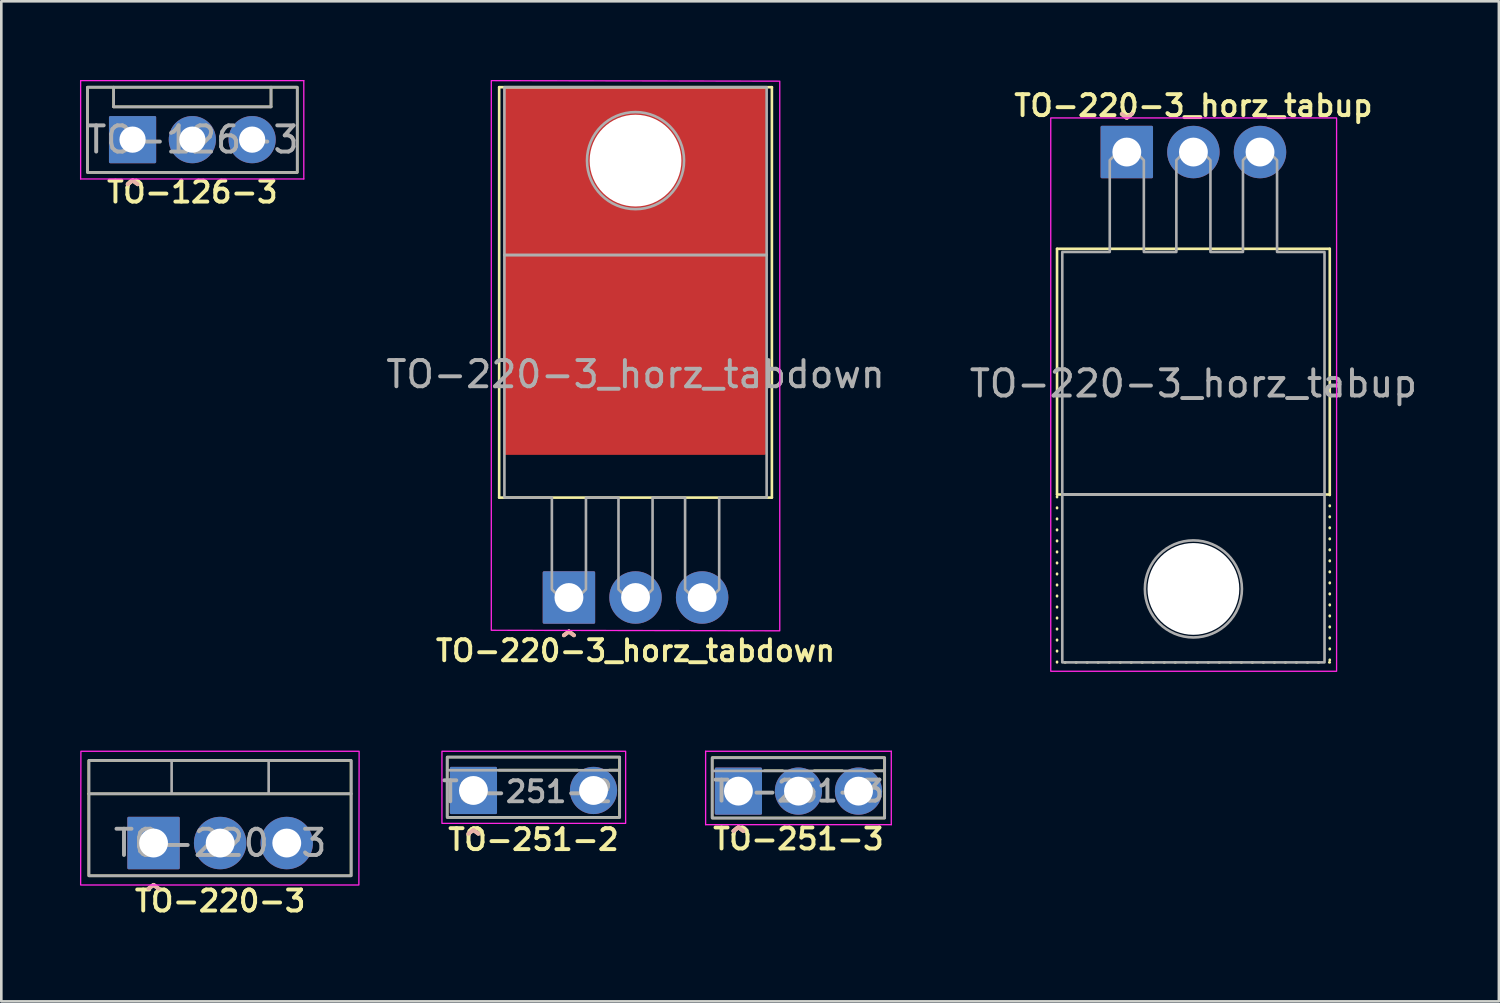
<source format=kicad_pcb>
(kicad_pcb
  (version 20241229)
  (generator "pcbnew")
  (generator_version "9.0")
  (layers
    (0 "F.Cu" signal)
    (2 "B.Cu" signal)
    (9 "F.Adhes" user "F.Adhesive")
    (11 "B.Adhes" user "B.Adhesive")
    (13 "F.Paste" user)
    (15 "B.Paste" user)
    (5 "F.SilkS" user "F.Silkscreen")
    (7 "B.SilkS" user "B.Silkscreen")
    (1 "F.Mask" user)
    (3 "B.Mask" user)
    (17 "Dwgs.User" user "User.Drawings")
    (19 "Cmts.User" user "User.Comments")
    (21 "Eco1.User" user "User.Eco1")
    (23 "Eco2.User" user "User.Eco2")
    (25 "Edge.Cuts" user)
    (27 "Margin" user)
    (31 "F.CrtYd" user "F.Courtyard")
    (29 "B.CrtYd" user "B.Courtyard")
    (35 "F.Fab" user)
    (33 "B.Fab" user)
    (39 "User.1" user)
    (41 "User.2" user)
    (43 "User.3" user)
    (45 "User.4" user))
  (footprint "TO-126-3"
    (layer "F.Cu")
    (at 4.285 2.275)
    (property "Reference" "TO-126-3" (at 0 2 0) (layer "F.SilkS") (effects (font (size 0.8 0.8) (thickness 0.15))))
    (attr through_hole)
    (fp_line (start -3 -2) (end -3 -1.25) (stroke (width 0.1) (type default)) (layer "F.SilkS"))
    (fp_line (start 3 -2) (end 3 -1.25) (stroke (width 0.1) (type default)) (layer "F.SilkS"))
    (fp_line (start 3 -1.25) (end -3 -1.25) (stroke (width 0.1) (type default)) (layer "F.SilkS"))
    (fp_rect (start -4 -2) (end 4 1.25) (stroke (width 0.1) (type default)) (fill no) (layer "F.SilkS"))
    (fp_line (start -4.26 -2.25) (end -4.26 1.5) (stroke (width 0.05) (type solid)) (layer "F.CrtYd"))
    (fp_line (start -4.26 1.5) (end 4.25 1.5) (stroke (width 0.05) (type solid)) (layer "F.CrtYd"))
    (fp_line (start 4.25 -2.25) (end -4.26 -2.25) (stroke (width 0.05) (type solid)) (layer "F.CrtYd"))
    (fp_line (start 4.25 1.5) (end 4.25 -2.25) (stroke (width 0.05) (type solid)) (layer "F.CrtYd"))
    (fp_line (start -3 -2) (end -3 -1.25) (stroke (width 0.1) (type default)) (layer "F.Fab"))
    (fp_line (start -3 -1.25) (end 3 -1.25) (stroke (width 0.1) (type default)) (layer "F.Fab"))
    (fp_line (start 3 -1.25) (end 3 -2) (stroke (width 0.1) (type default)) (layer "F.Fab"))
    (fp_poly (pts (xy 4 -2) (xy 4 1.25) (xy -4 1.25) (xy -4 -2)) (stroke (width 0.1) (type solid)) (fill no) (layer "F.Fab"))
    (fp_text user "^" (at -2.275 2.15 0) (unlocked yes) (layer "F.SilkS") (effects (font (size 1 1) (thickness 0.15))))
    (fp_text user "^" (at -2.275 2.15 0) (unlocked yes) (layer "B.SilkS") (effects (font (size 1 1) (thickness 0.15)) (justify mirror)))
    (fp_text user "${REFERENCE}" (at 0 0 0) (layer "F.Fab") (effects (font (size 1 1) (thickness 0.15))))
    (pad "1" thru_hole roundrect (at -2.28 0) (size 1.8 1.8) (drill 1) (layers "*.Cu" "*.Mask") (remove_unused_layers yes) (keep_end_layers yes) (zone_layer_connections) (roundrect_rratio 0.028))
    (pad "2" thru_hole circle (at 0 0) (size 1.8 1.8) (drill 1) (layers "*.Cu" "*.Mask") (remove_unused_layers yes) (keep_end_layers yes) (zone_layer_connections))
    (pad "3" thru_hole circle (at 2.28 0) (size 1.8 1.8) (drill 1) (layers "*.Cu" "*.Mask") (remove_unused_layers yes) (keep_end_layers yes) (zone_layer_connections)))
  (footprint "TO-220-3"
    (layer "F.Cu")
    (at 5.335 29.098)
    (property "Reference" "TO-220-3" (at 0.01 2.21 0) (layer "F.SilkS") (effects (font (size 0.8 0.8) (thickness 0.15))))
    (attr through_hole)
    (fp_line (start -5 -1.875) (end 5 -1.875) (stroke (width 0.1) (type default)) (layer "F.SilkS"))
    (fp_rect (start -5 -3.15) (end 5 1.25) (stroke (width 0.1) (type default)) (fill no) (layer "F.SilkS"))
    (fp_poly (pts (xy -5.31 1.6) (xy -5.3 -3.5) (xy 5.31 -3.5) (xy 5.3 1.6)) (stroke (width 0.05) (type solid)) (fill no) (layer "F.CrtYd"))
    (fp_line (start -4.99 -1.88) (end 5.01 -1.88) (stroke (width 0.1) (type solid)) (layer "F.Fab"))
    (fp_line (start -1.84 -3.15) (end -1.84 -1.88) (stroke (width 0.1) (type solid)) (layer "F.Fab"))
    (fp_line (start 1.86 -3.15) (end 1.86 -1.88) (stroke (width 0.1) (type solid)) (layer "F.Fab"))
    (fp_poly (pts (xy -4.99 1.25) (xy -4.99 -3.15) (xy 5.01 -3.15) (xy 5.01 1.25)) (stroke (width 0.1) (type solid)) (fill no) (layer "F.Fab"))
    (fp_text user "^" (at -2.53 2.19 0) (unlocked yes) (layer "F.SilkS") (effects (font (size 1 1) (thickness 0.15))))
    (fp_text user "^" (at -2.53 2.19 0) (unlocked yes) (layer "B.SilkS") (effects (font (size 1 1) (thickness 0.15)) (justify mirror)))
    (fp_text user "${REFERENCE}" (at 0.01 0 0) (layer "F.Fab") (effects (font (size 1 1) (thickness 0.15))))
    (pad "1" thru_hole roundrect (at -2.53 0) (size 2 2) (drill 1.1) (layers "*.Cu" "*.Mask") (remove_unused_layers yes) (keep_end_layers yes) (zone_layer_connections) (roundrect_rratio 0.025))
    (pad "2" thru_hole circle (at 0.01 0) (size 2 2) (drill 1.1) (layers "*.Cu" "*.Mask") (remove_unused_layers yes) (keep_end_layers yes) (zone_layer_connections))
    (pad "3" thru_hole circle (at 2.55 0) (size 2 2) (drill 1.1) (layers "*.Cu" "*.Mask") (remove_unused_layers yes) (keep_end_layers yes) (zone_layer_connections)))
  (footprint "TO-220-3_horz_tabdown"
    (layer "F.Cu")
    (at 21.185 19.735)
    (property "Reference" "TO-220-3_horz_tabdown" (at 0 2.03 0) (layer "F.SilkS") (effects (font (size 0.8 0.8) (thickness 0.15))))
    (attr through_hole)
    (fp_line (start -5.2 -19.46) (end -5.2 -3.81) (stroke (width 0.1) (type default)) (layer "F.SilkS"))
    (fp_line (start -5.2 -3.81) (end 5.2 -3.81) (stroke (width 0.1) (type default)) (layer "F.SilkS"))
    (fp_line (start 5.2 -19.46) (end -5.2 -19.46) (stroke (width 0.1) (type default)) (layer "F.SilkS"))
    (fp_line (start 5.2 -3.81) (end 5.2 -19.46) (stroke (width 0.1) (type default)) (layer "F.SilkS"))
    (fp_poly (pts (xy -5.5 1.25) (xy -5.5 -19.71) (xy 5.5 -19.69) (xy 5.5 1.27)) (stroke (width 0.05) (type solid)) (fill no) (layer "F.CrtYd"))
    (fp_line (start -5 -13.06) (end 5 -13.06) (stroke (width 0.1) (type solid)) (layer "F.Fab"))
    (fp_line (start 5 -13.06) (end -5 -13.06) (stroke (width 0.1) (type solid)) (layer "F.Fab"))
    (fp_circle (center 0 -16.66) (end 1.85 -16.66) (stroke (width 0.1) (type solid)) (fill no) (layer "F.Fab"))
    (fp_poly (pts (xy -0.65 -3.81) (xy -1.89 -3.81) (xy -1.89 -0.31) (xy -2.14 -0.06) (xy -2.14 0.14) (xy -2.94 0.14) (xy -2.94 -0.06) (xy -3.19 -0.31) (xy -3.19 -3.81) (xy -5 -3.81) (xy -5 -13.06) (xy -5 -19.46) (xy 5 -19.46) (xy 5 -13.06) (xy 5 -3.81) (xy 3.19 -3.81) (xy 3.19 -0.31) (xy 2.94 -0.06) (xy 2.94 0.14) (xy 2.14 0.14) (xy 2.14 -0.06) (xy 1.89 -0.31) (xy 1.89 -3.81) (xy 0.65 -3.81) (xy 0.65 -0.31) (xy 0.4 -0.06) (xy 0.4 0.14) (xy -0.4 0.14) (xy -0.4 -0.06) (xy -0.65 -0.31)) (stroke (width 0.1) (type solid)) (fill no) (layer "F.Fab"))
    (fp_text user "^" (at -2.54 1.89 0) (unlocked yes) (layer "F.SilkS") (effects (font (size 1 1) (thickness 0.15))))
    (fp_text user "^" (at -2.54 1.89 0) (unlocked yes) (layer "B.SilkS") (effects (font (size 1 1) (thickness 0.15)) (justify mirror)))
    (fp_text user "${REFERENCE}" (at 0 -8.51 0) (layer "F.Fab") (effects (font (size 1 1) (thickness 0.15))))
    (pad "" np_thru_hole oval (at 0 -16.66) (size 3.5 3.5) (drill 3.5) (layers "*.Cu" "*.Mask"))
    (pad "1" thru_hole roundrect (at -2.54 0) (size 2 2) (drill 1.1) (layers "*.Cu" "*.Mask") (remove_unused_layers yes) (keep_end_layers yes) (zone_layer_connections) (roundrect_rratio 0.025))
    (pad "2" thru_hole circle (at 0 0) (size 2 2) (drill 1.1) (layers "*.Cu" "*.Mask") (remove_unused_layers yes) (keep_end_layers yes) (zone_layer_connections))
    (pad "3" thru_hole circle (at 2.54 0) (size 2 2) (drill 1.1) (layers "*.Cu" "*.Mask") (remove_unused_layers yes) (keep_end_layers yes) (zone_layer_connections))
    (pad "4" smd roundrect (at -0.03 -12.44) (size 10 14) (layers "F.Cu" "F.Mask" "F.Paste") (roundrect_rratio 0.005)))
  (footprint "TO-251-3"
    (layer "F.Cu")
    (at 27.398 27.118)
    (property "Reference" "TO-251-3" (at 0 1.825 0) (layer "F.SilkS") (effects (font (size 0.8 0.8) (thickness 0.15))))
    (attr through_hole)
    (fp_line (start -0.6 -0.775) (end -1.3 -0.775) (stroke (width 0.1) (type default)) (layer "F.SilkS"))
    (fp_line (start 1.675 -0.775) (end 0.6 -0.775) (stroke (width 0.1) (type default)) (layer "F.SilkS"))
    (fp_line (start 3.285 -0.775) (end 2.9 -0.775) (stroke (width 0.1) (type default)) (layer "F.SilkS"))
    (fp_rect (start -3.29 -1.275) (end 3.285 1.025) (stroke (width 0.1) (type default)) (fill no) (layer "F.SilkS"))
    (fp_line (start -3.54 -1.52) (end -3.54 1.28) (stroke (width 0.05) (type solid)) (layer "F.CrtYd"))
    (fp_line (start -3.54 1.28) (end 3.54 1.28) (stroke (width 0.05) (type solid)) (layer "F.CrtYd"))
    (fp_line (start 3.54 -1.52) (end -3.54 -1.52) (stroke (width 0.05) (type solid)) (layer "F.CrtYd"))
    (fp_line (start 3.54 1.28) (end 3.54 -1.52) (stroke (width 0.05) (type solid)) (layer "F.CrtYd"))
    (fp_line (start -3.29 -0.77) (end 3.29 -0.77) (stroke (width 0.1) (type solid)) (layer "F.Fab"))
    (fp_poly (pts (xy 3.29 1.03) (xy -3.29 1.03) (xy -3.29 -1.27) (xy 3.29 -1.27)) (stroke (width 0.1) (type solid)) (fill no) (layer "F.Fab"))
    (fp_text user "^" (at -2.29 1.975 0) (unlocked yes) (layer "F.SilkS") (effects (font (size 1 1) (thickness 0.15))))
    (fp_text user "^" (at -2.29 1.975 0) (unlocked yes) (layer "B.SilkS") (effects (font (size 1 1) (thickness 0.15)) (justify mirror)))
    (fp_text user "${REFERENCE}" (at 0 0 0) (layer "F.Fab") (effects (font (size 0.8 0.8) (thickness 0.15))))
    (pad "1" thru_hole roundrect (at -2.29 0) (size 1.8 1.8) (drill 1.1) (layers "*.Cu" "*.Mask") (remove_unused_layers yes) (keep_end_layers yes) (zone_layer_connections) (roundrect_rratio 0.028))
    (pad "2" thru_hole circle (at 0 0) (size 1.8 1.8) (drill 1.1) (layers "*.Cu" "*.Mask") (remove_unused_layers yes) (keep_end_layers yes) (zone_layer_connections))
    (pad "3" thru_hole circle (at 2.29 0) (size 1.8 1.8) (drill 1.1) (layers "*.Cu" "*.Mask") (remove_unused_layers yes) (keep_end_layers yes) (zone_layer_connections)))
  (footprint "TO-251-2"
    (layer "F.Cu")
    (at 17.303 27.098)
    (property "Reference" "TO-251-2" (at -0.01 1.87 0) (layer "F.SilkS") (effects (font (size 0.8 0.8) (thickness 0.15))))
    (attr through_hole)
    (fp_line (start -1.325 -0.78) (end 1.675 -0.78) (stroke (width 0.1) (type default)) (layer "F.SilkS"))
    (fp_line (start 3.275 -0.78) (end 2.875 -0.78) (stroke (width 0.1) (type default)) (layer "F.SilkS"))
    (fp_rect (start -3.3 -1.28) (end 3.275 1.02) (stroke (width 0.1) (type default)) (fill no) (layer "F.SilkS"))
    (fp_poly (pts (xy 3.505 -1.5) (xy 3.505 1.25) (xy -3.5 1.25) (xy -3.5 -1.5)) (stroke (width 0.05) (type solid)) (fill no) (layer "F.CrtYd"))
    (fp_line (start -3.3 -0.775) (end 3.28 -0.775) (stroke (width 0.1) (type solid)) (layer "F.Fab"))
    (fp_poly (pts (xy -3.3 1.025) (xy -3.3 -1.275) (xy 3.28 -1.275) (xy 3.28 1.025)) (stroke (width 0.1) (type solid)) (fill no) (layer "F.Fab"))
    (fp_text user "^" (at -2.3 2.095 0) (unlocked yes) (layer "F.SilkS") (effects (font (size 1 1) (thickness 0.15))))
    (fp_text user "^" (at -2.3 2.095 0) (unlocked yes) (layer "B.SilkS") (effects (font (size 1 1) (thickness 0.15)) (justify mirror)))
    (fp_text user "${REFERENCE}" (at -0.25 0.045 0) (layer "F.Fab") (effects (font (size 0.8 0.8) (thickness 0.15))))
    (pad "1" thru_hole roundrect (at -2.3 -0.005) (size 1.8 1.8) (drill 1.1) (layers "*.Cu" "*.Mask") (remove_unused_layers yes) (keep_end_layers yes) (zone_layer_connections) (roundrect_rratio 0.028))
    (pad "2" thru_hole circle (at 2.28 -0.005) (size 1.8 1.8) (drill 1.1) (layers "*.Cu" "*.Mask") (remove_unused_layers yes) (keep_end_layers yes) (zone_layer_connections)))
  (footprint "TO-220-3_horz_tabup"
    (layer "F.Cu")
    (at 42.459 2.748)
    (property "Reference" "TO-220-3_horz_tabup" (at 0 -1.77 0) (layer "F.SilkS") (effects (font (size 0.8 0.8) (thickness 0.15))))
    (attr through_hole)
    (fp_line (start -5.2 3.69) (end -5.2 13.06) (stroke (width 0.1) (type default)) (layer "F.SilkS"))
    (fp_line (start -5.2 13.06) (end 5.2 13.06) (stroke (width 0.1) (type default)) (layer "F.SilkS"))
    (fp_line (start -5.2 19.46) (end -5.2 13.06) (stroke (width 0.1) (type dot)) (layer "F.SilkS"))
    (fp_line (start 5.2 3.69) (end -5.2 3.69) (stroke (width 0.1) (type default)) (layer "F.SilkS"))
    (fp_line (start 5.2 13.06) (end 5.2 3.69) (stroke (width 0.1) (type default)) (layer "F.SilkS"))
    (fp_line (start 5.2 13.06) (end 5.2 19.46) (stroke (width 0.1) (type dot)) (layer "F.SilkS"))
    (fp_line (start 5.2 19.46) (end -5.2 19.46) (stroke (width 0.1) (type dot)) (layer "F.SilkS"))
    (fp_rect (start -5.44 -1.3) (end 5.46 19.8) (stroke (width 0.05) (type default)) (fill no) (layer "F.CrtYd"))
    (fp_line (start -5 13.06) (end 5 13.06) (stroke (width 0.1) (type solid)) (layer "F.Fab"))
    (fp_line (start 5 13.06) (end -5 13.06) (stroke (width 0.1) (type solid)) (layer "F.Fab"))
    (fp_circle (center 0 16.66) (end 1.85 16.66) (stroke (width 0.1) (type solid)) (fill no) (layer "F.Fab"))
    (fp_poly (pts (xy 0.65 3.81) (xy 1.89 3.81) (xy 1.89 0.31) (xy 2.14 0.06) (xy 2.14 -0.14) (xy 2.94 -0.14) (xy 2.94 0.06) (xy 3.19 0.31) (xy 3.19 3.81) (xy 5 3.81) (xy 5 13.06) (xy 5 19.46) (xy -5 19.46) (xy -5 13.06) (xy -5 3.81) (xy -3.19 3.81) (xy -3.19 0.31) (xy -2.94 0.06) (xy -2.94 -0.14) (xy -2.14 -0.14) (xy -2.14 0.06) (xy -1.89 0.31) (xy -1.89 3.81) (xy -0.65 3.81) (xy -0.65 0.31) (xy -0.4 0.06) (xy -0.4 -0.14) (xy 0.4 -0.14) (xy 0.4 0.06) (xy 0.65 0.31)) (stroke (width 0.1) (type solid)) (fill no) (layer "F.Fab"))
    (fp_text user "^" (at -2.54 -1.9 180) (unlocked yes) (layer "F.SilkS") (effects (font (size 1 1) (thickness 0.15))))
    (fp_text user "^" (at -2.54 -1.9 180) (unlocked yes) (layer "B.SilkS") (effects (font (size 1 1) (thickness 0.15)) (justify mirror)))
    (fp_text user "${REFERENCE}" (at 0 8.83 0) (layer "F.Fab") (effects (font (size 1 1) (thickness 0.15))))
    (pad "" np_thru_hole oval (at 0 16.66) (size 3.5 3.5) (drill 3.5) (layers "*.Cu" "*.Mask"))
    (pad "1" thru_hole roundrect (at -2.54 0) (size 2 2) (drill 1.1) (layers "*.Cu" "*.Mask") (remove_unused_layers yes) (keep_end_layers yes) (zone_layer_connections) (roundrect_rratio 0.025))
    (pad "2" thru_hole circle (at 0 0) (size 2 2) (drill 1.1) (layers "*.Cu" "*.Mask") (remove_unused_layers yes) (keep_end_layers yes) (zone_layer_connections))
    (pad "3" thru_hole circle (at 2.54 0) (size 2 2) (drill 1.1) (layers "*.Cu" "*.Mask") (remove_unused_layers yes) (keep_end_layers yes) (zone_layer_connections)))
  (gr_rect
    (start -3 -3)
    (end 54.108 35.136)
    (stroke (width 0.1) (type default))
    (fill no)
    (layer "Edge.Cuts")))
</source>
